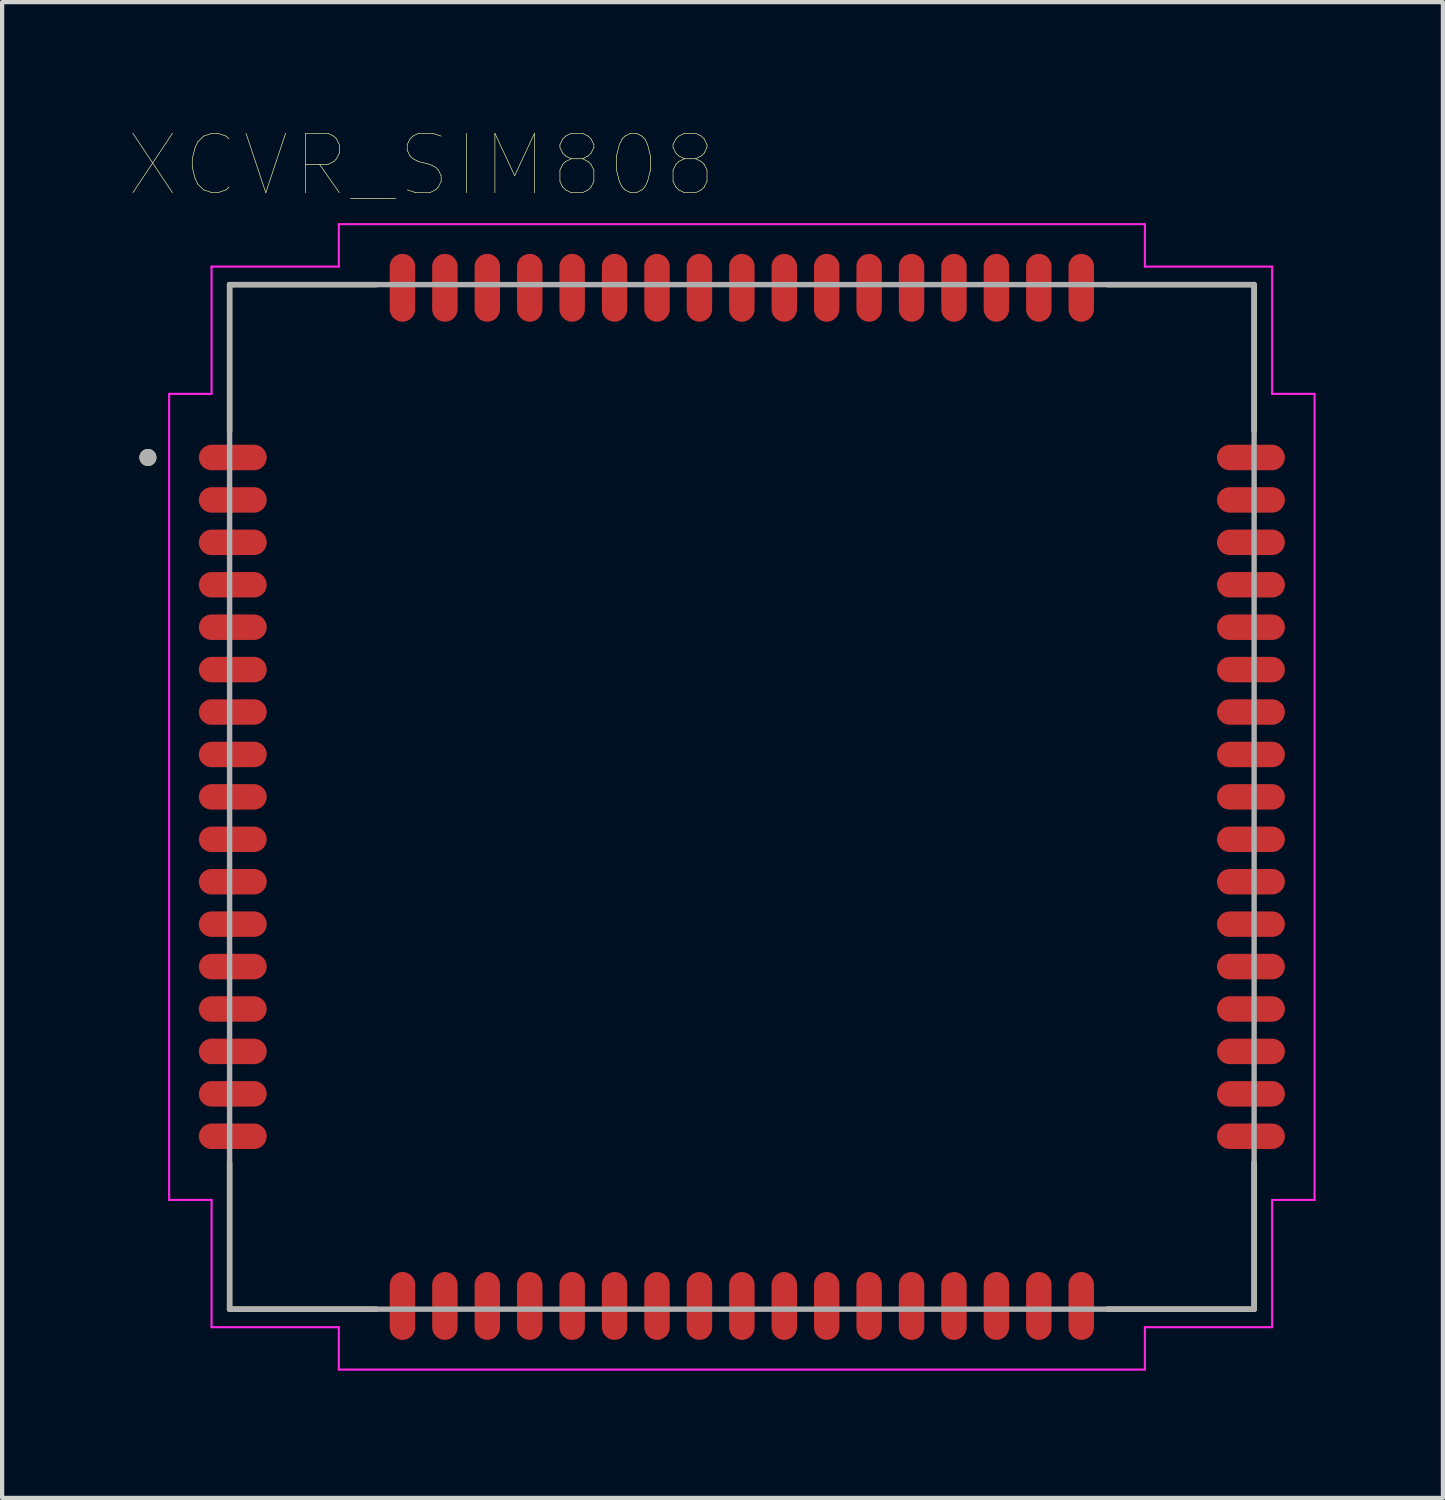
<source format=kicad_pcb>
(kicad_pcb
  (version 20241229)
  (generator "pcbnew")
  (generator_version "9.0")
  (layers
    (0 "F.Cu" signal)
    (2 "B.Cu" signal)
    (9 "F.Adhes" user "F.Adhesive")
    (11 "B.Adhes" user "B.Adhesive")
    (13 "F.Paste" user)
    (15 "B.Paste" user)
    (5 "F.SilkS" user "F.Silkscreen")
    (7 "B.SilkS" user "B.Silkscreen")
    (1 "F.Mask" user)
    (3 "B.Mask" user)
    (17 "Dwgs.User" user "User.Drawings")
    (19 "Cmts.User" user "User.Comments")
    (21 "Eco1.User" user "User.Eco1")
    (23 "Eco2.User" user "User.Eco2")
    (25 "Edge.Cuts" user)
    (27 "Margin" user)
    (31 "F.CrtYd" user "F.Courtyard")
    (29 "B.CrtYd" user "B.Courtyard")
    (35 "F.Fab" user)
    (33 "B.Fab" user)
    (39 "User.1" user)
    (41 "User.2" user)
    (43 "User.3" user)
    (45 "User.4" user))
  (footprint "XCVR_SIM808"
    (layer "F.Cu")
    (at 14.437 15.734)
    (property "Reference" "XCVR_SIM808" (at -7.555 -14.889 0) (layer "F.SilkS") (effects (font (size 1.4 1.4) (thickness 0.015))))
    (attr through_hole)
    (fp_line (start -12.075 -12.075) (end -8.62 -12.075) (stroke (width 0.127) (type solid)) (layer "F.SilkS"))
    (fp_line (start -12.075 -8.62) (end -12.075 -12.075) (stroke (width 0.127) (type solid)) (layer "F.SilkS"))
    (fp_line (start -12.075 12.075) (end -12.075 8.62) (stroke (width 0.127) (type solid)) (layer "F.SilkS"))
    (fp_line (start -8.62 12.075) (end -12.075 12.075) (stroke (width 0.127) (type solid)) (layer "F.SilkS"))
    (fp_line (start 8.62 -12.075) (end 12.075 -12.075) (stroke (width 0.127) (type solid)) (layer "F.SilkS"))
    (fp_line (start 12.075 -12.075) (end 12.075 -8.62) (stroke (width 0.127) (type solid)) (layer "F.SilkS"))
    (fp_line (start 12.075 8.62) (end 12.075 12.075) (stroke (width 0.127) (type solid)) (layer "F.SilkS"))
    (fp_line (start 12.075 12.075) (end 8.62 12.075) (stroke (width 0.127) (type solid)) (layer "F.SilkS"))
    (fp_circle (center -14 -8) (end -13.9 -8) (stroke (width 0.2) (type solid)) (fill no) (layer "F.SilkS"))
    (fp_line (start -13.5 -9.5) (end -12.5 -9.5) (stroke (width 0.05) (type solid)) (layer "F.CrtYd"))
    (fp_line (start -13.5 9.5) (end -13.5 -9.5) (stroke (width 0.05) (type solid)) (layer "F.CrtYd"))
    (fp_line (start -12.5 -12.5) (end -9.5 -12.5) (stroke (width 0.05) (type solid)) (layer "F.CrtYd"))
    (fp_line (start -12.5 -9.5) (end -12.5 -12.5) (stroke (width 0.05) (type solid)) (layer "F.CrtYd"))
    (fp_line (start -12.5 9.5) (end -13.5 9.5) (stroke (width 0.05) (type solid)) (layer "F.CrtYd"))
    (fp_line (start -12.5 12.5) (end -12.5 9.5) (stroke (width 0.05) (type solid)) (layer "F.CrtYd"))
    (fp_line (start -9.5 -13.5) (end 9.5 -13.5) (stroke (width 0.05) (type solid)) (layer "F.CrtYd"))
    (fp_line (start -9.5 -12.5) (end -9.5 -13.5) (stroke (width 0.05) (type solid)) (layer "F.CrtYd"))
    (fp_line (start -9.5 12.5) (end -12.5 12.5) (stroke (width 0.05) (type solid)) (layer "F.CrtYd"))
    (fp_line (start -9.5 13.5) (end -9.5 12.5) (stroke (width 0.05) (type solid)) (layer "F.CrtYd"))
    (fp_line (start 9.5 -13.5) (end 9.5 -12.5) (stroke (width 0.05) (type solid)) (layer "F.CrtYd"))
    (fp_line (start 9.5 -12.5) (end 12.5 -12.5) (stroke (width 0.05) (type solid)) (layer "F.CrtYd"))
    (fp_line (start 9.5 12.5) (end 9.5 13.5) (stroke (width 0.05) (type solid)) (layer "F.CrtYd"))
    (fp_line (start 9.5 13.5) (end -9.5 13.5) (stroke (width 0.05) (type solid)) (layer "F.CrtYd"))
    (fp_line (start 12.5 -12.5) (end 12.5 -9.5) (stroke (width 0.05) (type solid)) (layer "F.CrtYd"))
    (fp_line (start 12.5 -9.5) (end 13.5 -9.5) (stroke (width 0.05) (type solid)) (layer "F.CrtYd"))
    (fp_line (start 12.5 9.5) (end 12.5 12.5) (stroke (width 0.05) (type solid)) (layer "F.CrtYd"))
    (fp_line (start 12.5 12.5) (end 9.5 12.5) (stroke (width 0.05) (type solid)) (layer "F.CrtYd"))
    (fp_line (start 13.5 -9.5) (end 13.5 9.5) (stroke (width 0.05) (type solid)) (layer "F.CrtYd"))
    (fp_line (start 13.5 9.5) (end 12.5 9.5) (stroke (width 0.05) (type solid)) (layer "F.CrtYd"))
    (fp_line (start -12.075 -12.075) (end 12.075 -12.075) (stroke (width 0.127) (type solid)) (layer "F.Fab"))
    (fp_line (start -12.075 12.075) (end -12.075 -12.075) (stroke (width 0.127) (type solid)) (layer "F.Fab"))
    (fp_line (start 12.075 -12.075) (end 12.075 12.075) (stroke (width 0.127) (type solid)) (layer "F.Fab"))
    (fp_line (start 12.075 12.075) (end -12.075 12.075) (stroke (width 0.127) (type solid)) (layer "F.Fab"))
    (fp_circle (center -14 -8) (end -13.9 -8) (stroke (width 0.2) (type solid)) (fill no) (layer "F.Fab"))
    (pad "1" smd oval (at -12 -8) (size 1.6 0.6) (layers "F.Cu" "F.Mask" "F.Paste"))
    (pad "2" smd oval (at -12 -7) (size 1.6 0.6) (layers "F.Cu" "F.Mask" "F.Paste"))
    (pad "3" smd oval (at -12 -6) (size 1.6 0.6) (layers "F.Cu" "F.Mask" "F.Paste"))
    (pad "4" smd oval (at -12 -5) (size 1.6 0.6) (layers "F.Cu" "F.Mask" "F.Paste"))
    (pad "5" smd oval (at -12 -4) (size 1.6 0.6) (layers "F.Cu" "F.Mask" "F.Paste"))
    (pad "6" smd oval (at -12 -3) (size 1.6 0.6) (layers "F.Cu" "F.Mask" "F.Paste"))
    (pad "7" smd oval (at -12 -2) (size 1.6 0.6) (layers "F.Cu" "F.Mask" "F.Paste"))
    (pad "8" smd oval (at -12 -1) (size 1.6 0.6) (layers "F.Cu" "F.Mask" "F.Paste"))
    (pad "9" smd oval (at -12 0) (size 1.6 0.6) (layers "F.Cu" "F.Mask" "F.Paste"))
    (pad "10" smd oval (at -12 1) (size 1.6 0.6) (layers "F.Cu" "F.Mask" "F.Paste"))
    (pad "11" smd oval (at -12 2) (size 1.6 0.6) (layers "F.Cu" "F.Mask" "F.Paste"))
    (pad "12" smd oval (at -12 3) (size 1.6 0.6) (layers "F.Cu" "F.Mask" "F.Paste"))
    (pad "13" smd oval (at -12 4) (size 1.6 0.6) (layers "F.Cu" "F.Mask" "F.Paste"))
    (pad "14" smd oval (at -12 5) (size 1.6 0.6) (layers "F.Cu" "F.Mask" "F.Paste"))
    (pad "15" smd oval (at -12 6) (size 1.6 0.6) (layers "F.Cu" "F.Mask" "F.Paste"))
    (pad "16" smd oval (at -12 7) (size 1.6 0.6) (layers "F.Cu" "F.Mask" "F.Paste"))
    (pad "17" smd oval (at -12 8) (size 1.6 0.6) (layers "F.Cu" "F.Mask" "F.Paste"))
    (pad "18" smd oval (at -8 12) (size 0.6 1.6) (layers "F.Cu" "F.Mask" "F.Paste"))
    (pad "19" smd oval (at -7 12) (size 0.6 1.6) (layers "F.Cu" "F.Mask" "F.Paste"))
    (pad "20" smd oval (at -6 12) (size 0.6 1.6) (layers "F.Cu" "F.Mask" "F.Paste"))
    (pad "21" smd oval (at -5 12) (size 0.6 1.6) (layers "F.Cu" "F.Mask" "F.Paste"))
    (pad "22" smd oval (at -4 12) (size 0.6 1.6) (layers "F.Cu" "F.Mask" "F.Paste"))
    (pad "23" smd oval (at -3 12) (size 0.6 1.6) (layers "F.Cu" "F.Mask" "F.Paste"))
    (pad "24" smd oval (at -2 12) (size 0.6 1.6) (layers "F.Cu" "F.Mask" "F.Paste"))
    (pad "25" smd oval (at -1 12) (size 0.6 1.6) (layers "F.Cu" "F.Mask" "F.Paste"))
    (pad "26" smd oval (at 0 12) (size 0.6 1.6) (layers "F.Cu" "F.Mask" "F.Paste"))
    (pad "27" smd oval (at 1 12) (size 0.6 1.6) (layers "F.Cu" "F.Mask" "F.Paste"))
    (pad "28" smd oval (at 2 12) (size 0.6 1.6) (layers "F.Cu" "F.Mask" "F.Paste"))
    (pad "29" smd oval (at 3 12) (size 0.6 1.6) (layers "F.Cu" "F.Mask" "F.Paste"))
    (pad "30" smd oval (at 4 12) (size 0.6 1.6) (layers "F.Cu" "F.Mask" "F.Paste"))
    (pad "31" smd oval (at 5 12) (size 0.6 1.6) (layers "F.Cu" "F.Mask" "F.Paste"))
    (pad "32" smd oval (at 6 12) (size 0.6 1.6) (layers "F.Cu" "F.Mask" "F.Paste"))
    (pad "33" smd oval (at 7 12) (size 0.6 1.6) (layers "F.Cu" "F.Mask" "F.Paste"))
    (pad "34" smd oval (at 8 12) (size 0.6 1.6) (layers "F.Cu" "F.Mask" "F.Paste"))
    (pad "35" smd oval (at 12 8) (size 1.6 0.6) (layers "F.Cu" "F.Mask" "F.Paste"))
    (pad "36" smd oval (at 12 7) (size 1.6 0.6) (layers "F.Cu" "F.Mask" "F.Paste"))
    (pad "37" smd oval (at 12 6) (size 1.6 0.6) (layers "F.Cu" "F.Mask" "F.Paste"))
    (pad "38" smd oval (at 12 5) (size 1.6 0.6) (layers "F.Cu" "F.Mask" "F.Paste"))
    (pad "39" smd oval (at 12 4) (size 1.6 0.6) (layers "F.Cu" "F.Mask" "F.Paste"))
    (pad "40" smd oval (at 12 3) (size 1.6 0.6) (layers "F.Cu" "F.Mask" "F.Paste"))
    (pad "41" smd oval (at 12 2) (size 1.6 0.6) (layers "F.Cu" "F.Mask" "F.Paste"))
    (pad "42" smd oval (at 12 1) (size 1.6 0.6) (layers "F.Cu" "F.Mask" "F.Paste"))
    (pad "43" smd oval (at 12 0) (size 1.6 0.6) (layers "F.Cu" "F.Mask" "F.Paste"))
    (pad "44" smd oval (at 12 -1) (size 1.6 0.6) (layers "F.Cu" "F.Mask" "F.Paste"))
    (pad "45" smd oval (at 12 -2) (size 1.6 0.6) (layers "F.Cu" "F.Mask" "F.Paste"))
    (pad "46" smd oval (at 12 -3) (size 1.6 0.6) (layers "F.Cu" "F.Mask" "F.Paste"))
    (pad "47" smd oval (at 12 -4) (size 1.6 0.6) (layers "F.Cu" "F.Mask" "F.Paste"))
    (pad "48" smd oval (at 12 -5) (size 1.6 0.6) (layers "F.Cu" "F.Mask" "F.Paste"))
    (pad "49" smd oval (at 12 -6) (size 1.6 0.6) (layers "F.Cu" "F.Mask" "F.Paste"))
    (pad "50" smd oval (at 12 -7) (size 1.6 0.6) (layers "F.Cu" "F.Mask" "F.Paste"))
    (pad "51" smd oval (at 12 -8) (size 1.6 0.6) (layers "F.Cu" "F.Mask" "F.Paste"))
    (pad "52" smd oval (at 8 -12) (size 0.6 1.6) (layers "F.Cu" "F.Mask" "F.Paste"))
    (pad "53" smd oval (at 7 -12) (size 0.6 1.6) (layers "F.Cu" "F.Mask" "F.Paste"))
    (pad "54" smd oval (at 6 -12) (size 0.6 1.6) (layers "F.Cu" "F.Mask" "F.Paste"))
    (pad "55" smd oval (at 5 -12) (size 0.6 1.6) (layers "F.Cu" "F.Mask" "F.Paste"))
    (pad "56" smd oval (at 4 -12) (size 0.6 1.6) (layers "F.Cu" "F.Mask" "F.Paste"))
    (pad "57" smd oval (at 3 -12) (size 0.6 1.6) (layers "F.Cu" "F.Mask" "F.Paste"))
    (pad "58" smd oval (at 2 -12) (size 0.6 1.6) (layers "F.Cu" "F.Mask" "F.Paste"))
    (pad "59" smd oval (at 1 -12) (size 0.6 1.6) (layers "F.Cu" "F.Mask" "F.Paste"))
    (pad "60" smd oval (at 0 -12) (size 0.6 1.6) (layers "F.Cu" "F.Mask" "F.Paste"))
    (pad "61" smd oval (at -1 -12) (size 0.6 1.6) (layers "F.Cu" "F.Mask" "F.Paste"))
    (pad "62" smd oval (at -2 -12) (size 0.6 1.6) (layers "F.Cu" "F.Mask" "F.Paste"))
    (pad "63" smd oval (at -3 -12) (size 0.6 1.6) (layers "F.Cu" "F.Mask" "F.Paste"))
    (pad "64" smd oval (at -4 -12) (size 0.6 1.6) (layers "F.Cu" "F.Mask" "F.Paste"))
    (pad "65" smd oval (at -5 -12) (size 0.6 1.6) (layers "F.Cu" "F.Mask" "F.Paste"))
    (pad "66" smd oval (at -6 -12) (size 0.6 1.6) (layers "F.Cu" "F.Mask" "F.Paste"))
    (pad "67" smd oval (at -7 -12) (size 0.6 1.6) (layers "F.Cu" "F.Mask" "F.Paste"))
    (pad "68" smd oval (at -8 -12) (size 0.6 1.6) (layers "F.Cu" "F.Mask" "F.Paste")))
  (gr_rect
    (start -3 -3)
    (end 30.962 32.259)
    (stroke (width 0.1) (type default))
    (fill no)
    (layer "Edge.Cuts")))
</source>
